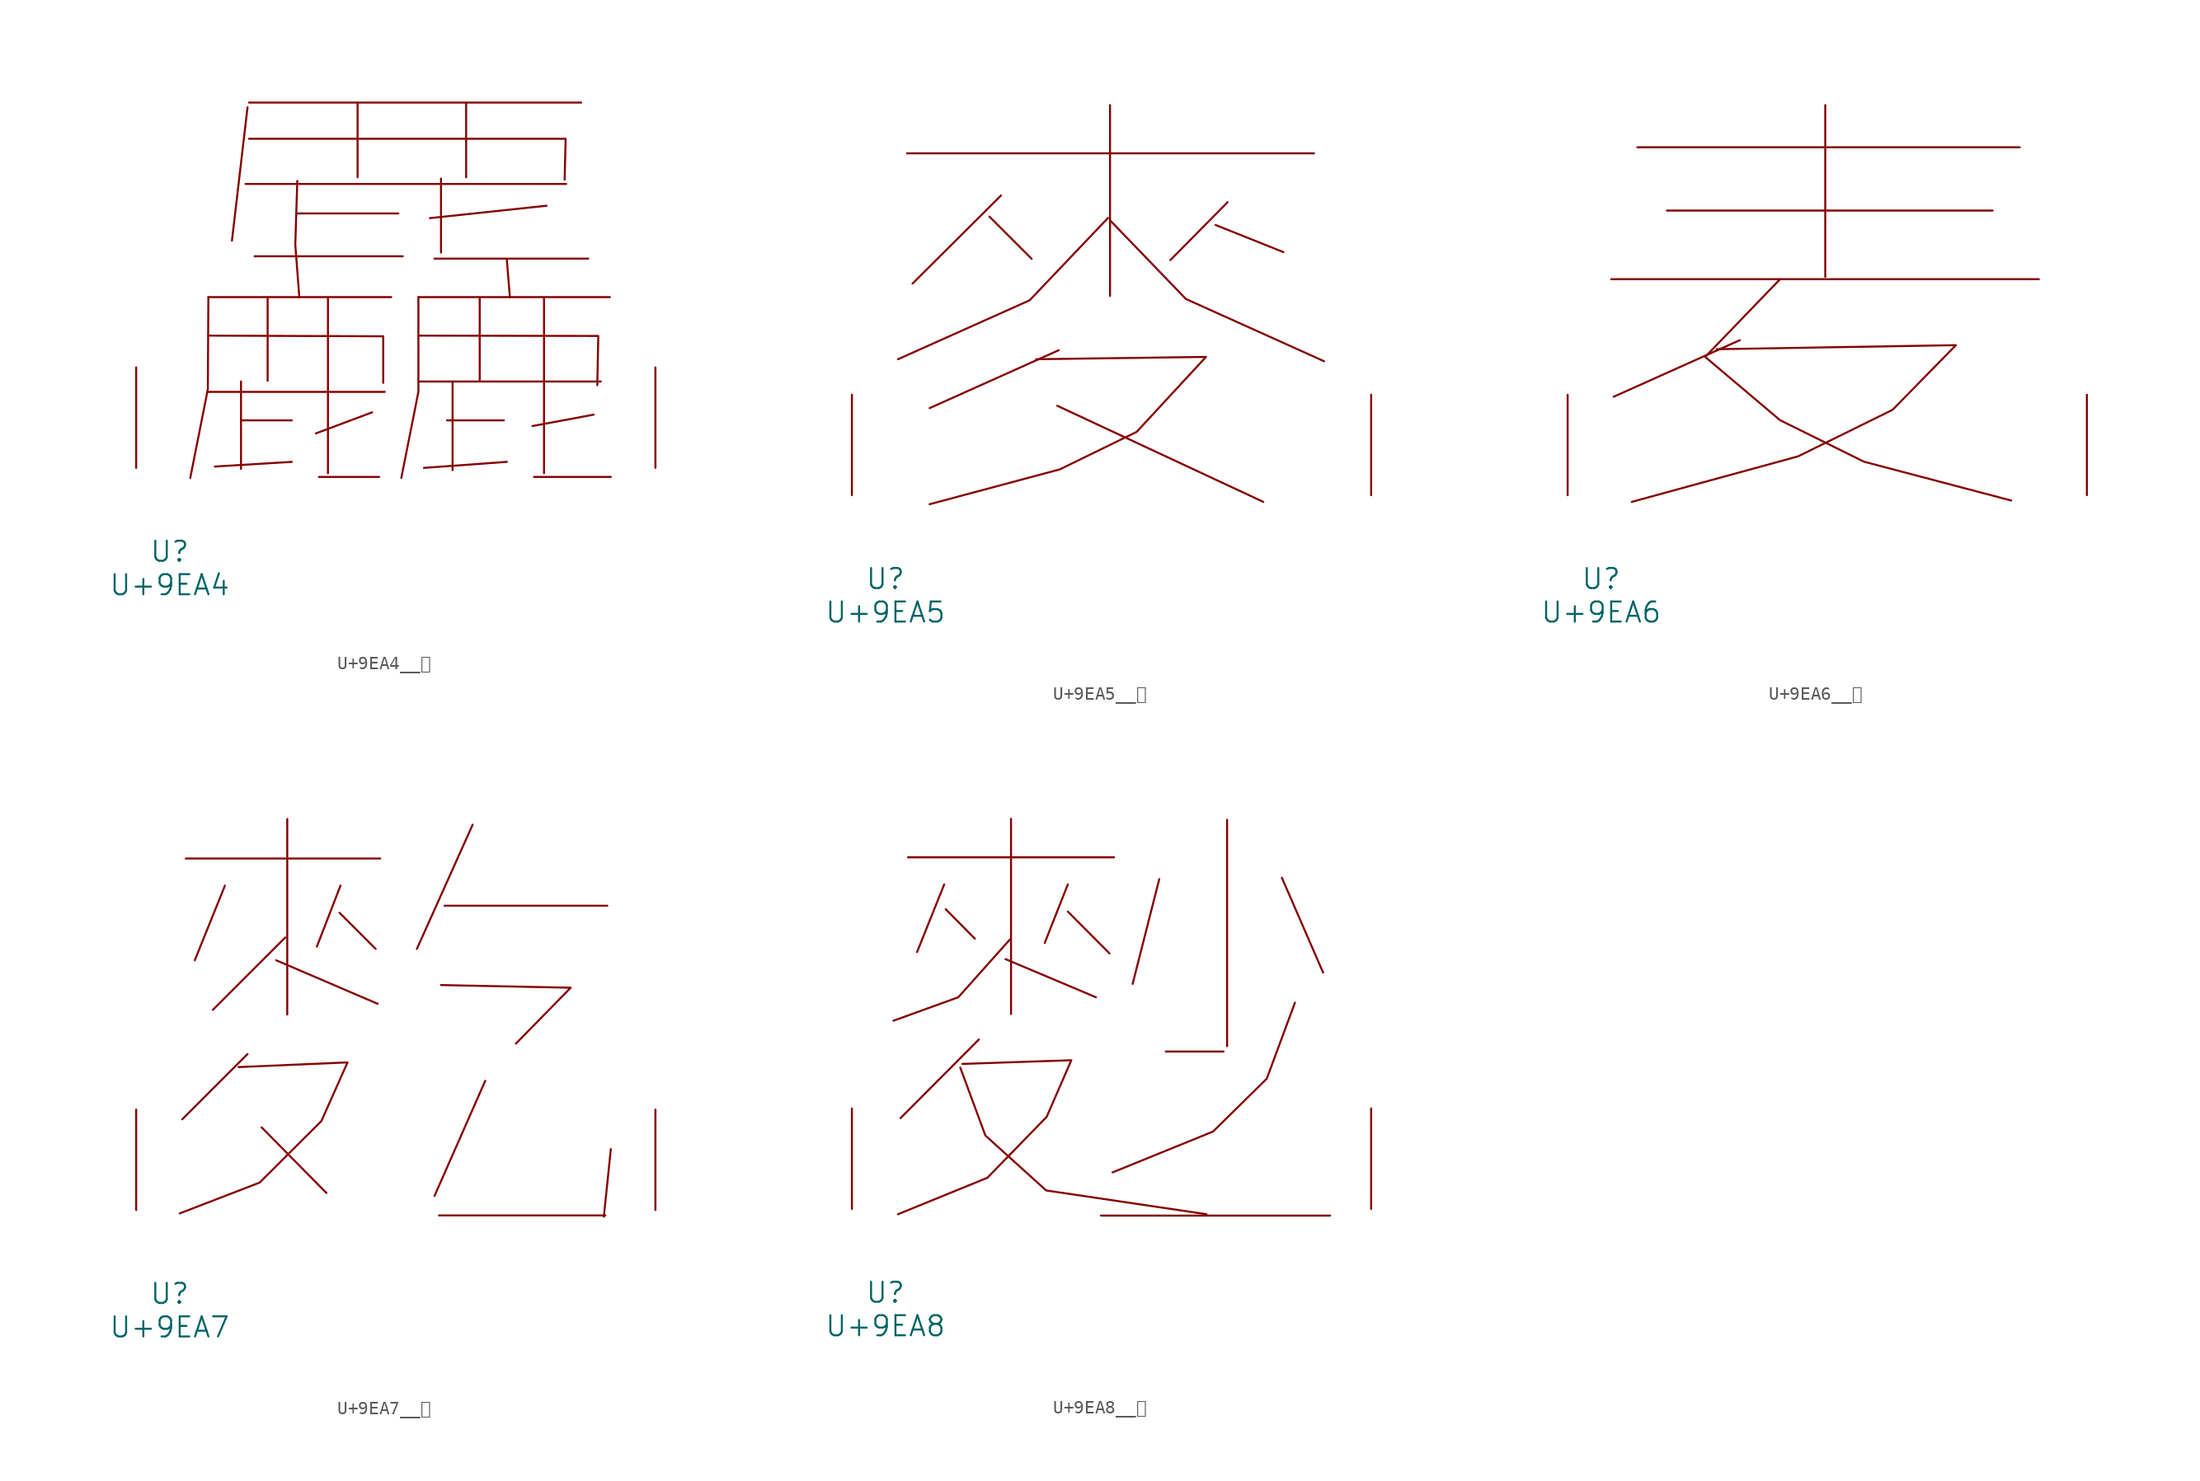
<source format=kicad_sym>
(kicad_symbol_lib
  (version 20231120)
  (generator "kicad_symbol_editor")
  (generator_version "8.0")
  (symbol "U+9EA4__麤"
    (pin_names
      (offset 1.016))
    (property "Reference" "U"
      (at 0 -6.35 0)
      (effects (font (size 1.524 1.524))))
    (property "Value" "U+9EA4"
      (at 0 -8.89 0)
      (effects (font (size 1.524 1.524))))
    (symbol "U+9EA4__麤_0_1"
      (polyline (pts (xy 2.857 5.766) (xy 16.307 5.766)) (stroke (width 0) (type solid)) (fill (type none)))
      (polyline (pts (xy 2.934 12.954) (xy 16.802 12.954)) (stroke (width 0) (type solid)) (fill (type none)))
      (polyline (pts (xy 5.41 3.607) (xy 9.258 3.607)) (stroke (width 0) (type solid)) (fill (type none)))
      (polyline (pts (xy 5.41 6.553) (xy 5.41 -0.076)) (stroke (width 0) (type solid)) (fill (type none)))
      (polyline (pts (xy 5.753 21.539) (xy 30.061 21.539)) (stroke (width 0) (type solid)) (fill (type none)))
      (polyline (pts (xy 5.905 27.356) (xy 4.724 17.247)) (stroke (width 0) (type solid)) (fill (type none)))
      (polyline (pts (xy 6.02 27.711) (xy 31.204 27.711)) (stroke (width 0) (type solid)) (fill (type none)))
      (polyline (pts (xy 6.439 16.053) (xy 17.678 16.053)) (stroke (width 0) (type solid)) (fill (type none)))
      (polyline (pts (xy 7.429 12.954) (xy 7.429 6.604)) (stroke (width 0) (type solid)) (fill (type none)))
      (polyline (pts (xy 9.258 0.457) (xy 3.429 0.102)) (stroke (width 0) (type solid)) (fill (type none)))
      (polyline (pts (xy 9.677 19.304) (xy 17.335 19.304)) (stroke (width 0) (type solid)) (fill (type none)))
      (polyline (pts (xy 11.316 -0.686) (xy 15.888 -0.686)) (stroke (width 0) (type solid)) (fill (type none)))
      (polyline (pts (xy 12.002 12.954) (xy 12.002 -0.406)) (stroke (width 0) (type solid)) (fill (type none)))
      (polyline (pts (xy 14.249 27.711) (xy 14.249 22.047)) (stroke (width 0) (type solid)) (fill (type none)))
      (polyline (pts (xy 15.354 4.216) (xy 11.087 2.616)) (stroke (width 0) (type solid)) (fill (type none)))
      (polyline (pts (xy 18.86 6.553) (xy 32.69 6.553)) (stroke (width 0) (type solid)) (fill (type none)))
      (polyline (pts (xy 18.86 12.954) (xy 33.376 12.954)) (stroke (width 0) (type solid)) (fill (type none)))
      (polyline (pts (xy 20.079 15.875) (xy 31.737 15.875)) (stroke (width 0) (type solid)) (fill (type none)))
      (polyline (pts (xy 20.574 21.946) (xy 20.574 16.332)) (stroke (width 0) (type solid)) (fill (type none)))
      (polyline (pts (xy 21.45 6.553) (xy 21.45 -0.178)) (stroke (width 0) (type solid)) (fill (type none)))
      (polyline (pts (xy 22.479 27.711) (xy 22.479 22.047)) (stroke (width 0) (type solid)) (fill (type none)))
      (polyline (pts (xy 23.508 12.954) (xy 23.508 6.604)) (stroke (width 0) (type solid)) (fill (type none)))
      (polyline (pts (xy 25.565 0.457) (xy 19.279 0)) (stroke (width 0) (type solid)) (fill (type none)))
      (polyline (pts (xy 25.565 15.799) (xy 25.794 12.954)) (stroke (width 0) (type solid)) (fill (type none)))
      (polyline (pts (xy 27.622 -0.686) (xy 33.452 -0.686)) (stroke (width 0) (type solid)) (fill (type none)))
      (polyline (pts (xy 28.384 12.954) (xy 28.384 -0.406)) (stroke (width 0) (type solid)) (fill (type none)))
      (polyline (pts (xy 28.575 19.888) (xy 19.736 18.948)) (stroke (width 0) (type solid)) (fill (type none)))
      (polyline (pts (xy 32.156 4.039) (xy 27.508 3.175)) (stroke (width 0) (type solid)) (fill (type none)))
      (polyline (pts (xy 2.934 10.033) (xy 16.192 9.982) (xy 16.192 6.452)) (stroke (width 0) (type solid)) (fill (type none)))
      (polyline (pts (xy 2.934 12.954) (xy 2.896 5.969) (xy 1.562 -0.762)) (stroke (width 0) (type solid)) (fill (type none)))
      (polyline (pts (xy 6.02 24.968) (xy 30.023 24.968) (xy 29.947 21.869)) (stroke (width 0) (type solid)) (fill (type none)))
      (polyline (pts (xy 9.677 21.768) (xy 9.525 16.942) (xy 9.83 12.954)) (stroke (width 0) (type solid)) (fill (type none)))
      (polyline (pts (xy 18.86 10.033) (xy 32.499 10.008) (xy 32.423 6.274)) (stroke (width 0) (type solid)) (fill (type none)))
      (polyline (pts (xy 18.86 12.954) (xy 18.86 5.766) (xy 17.564 -0.762)) (stroke (width 0) (type solid)) (fill (type none)))
      (polyline (pts (xy 21.45 3.607) (xy 25.337 3.607) (xy 21.031 3.607)) (stroke (width 0) (type solid)) (fill (type none)))
      (pin input line (at -2.54 0 90) (length 7.62) (name "~" (effects (font (size 1.27 1.27)))) (number "~" (effects (font (size 1.27 1.27)))))
      (pin input line (at 36.83 0 90) (length 7.62) (name "~" (effects (font (size 1.27 1.27)))) (number "~" (effects (font (size 1.27 1.27)))))))
  (symbol "U+9EA5__麥"
    (pin_names
      (offset 1.016))
    (property "Reference" "U"
      (at 0 -6.35 0)
      (effects (font (size 1.524 1.524))))
    (property "Value" "U+9EA5"
      (at 0 -8.89 0)
      (effects (font (size 1.524 1.524))))
    (symbol "U+9EA5__麥_0_1"
      (polyline (pts (xy 1.638 25.933) (xy 32.499 25.933)) (stroke (width 0) (type solid)) (fill (type none)))
      (polyline (pts (xy 7.887 21.133) (xy 11.087 17.932)) (stroke (width 0) (type solid)) (fill (type none)))
      (polyline (pts (xy 8.763 22.733) (xy 2.057 16.053)) (stroke (width 0) (type solid)) (fill (type none)))
      (polyline (pts (xy 13.03 6.782) (xy 28.651 -0.508)) (stroke (width 0) (type solid)) (fill (type none)))
      (polyline (pts (xy 13.145 10.998) (xy 3.353 6.604)) (stroke (width 0) (type solid)) (fill (type none)))
      (polyline (pts (xy 17.031 29.591) (xy 17.031 15.113)) (stroke (width 0) (type solid)) (fill (type none)))
      (polyline (pts (xy 25.032 20.498) (xy 30.175 18.44)) (stroke (width 0) (type solid)) (fill (type none)))
      (polyline (pts (xy 25.946 22.225) (xy 21.603 17.831)) (stroke (width 0) (type solid)) (fill (type none)))
      (polyline (pts (xy 16.878 21.031) (xy 10.935 14.783) (xy 0.953 10.312)) (stroke (width 0) (type solid)) (fill (type none)))
      (polyline (pts (xy 17.031 20.853) (xy 22.784 14.884) (xy 33.261 10.16)) (stroke (width 0) (type solid)) (fill (type none)))
      (polyline (pts (xy 11.43 10.312) (xy 24.308 10.49) (xy 19.05 4.801) (xy 13.221 1.956) (xy 3.353 -0.686)) (stroke (width 0) (type solid)) (fill (type none)))
      (pin input line (at -2.54 0 90) (length 7.62) (name "~" (effects (font (size 1.27 1.27)))) (number "~" (effects (font (size 1.27 1.27)))))
      (pin input line (at 36.83 0 90) (length 7.62) (name "~" (effects (font (size 1.27 1.27)))) (number "~" (effects (font (size 1.27 1.27)))))))
  (symbol "U+9EA6__麦"
    (pin_names
      (offset 1.016))
    (property "Reference" "U"
      (at 0 -6.35 0)
      (effects (font (size 1.524 1.524))))
    (property "Value" "U+9EA6"
      (at 0 -8.89 0)
      (effects (font (size 1.524 1.524))))
    (symbol "U+9EA6__麦_0_1"
      (polyline (pts (xy 0.762 16.383) (xy 33.185 16.383)) (stroke (width 0) (type solid)) (fill (type none)))
      (polyline (pts (xy 2.743 26.391) (xy 31.737 26.391)) (stroke (width 0) (type solid)) (fill (type none)))
      (polyline (pts (xy 4.991 21.59) (xy 29.68 21.59)) (stroke (width 0) (type solid)) (fill (type none)))
      (polyline (pts (xy 10.516 11.76) (xy 0.953 7.468)) (stroke (width 0) (type solid)) (fill (type none)))
      (polyline (pts (xy 16.993 29.591) (xy 16.993 16.561)) (stroke (width 0) (type solid)) (fill (type none)))
      (polyline (pts (xy 8.763 11.074) (xy 26.899 11.379) (xy 22.098 6.477) (xy 14.935 2.946) (xy 2.324 -0.508)) (stroke (width 0) (type solid)) (fill (type none)))
      (polyline (pts (xy 13.564 16.383) (xy 7.887 10.49) (xy 13.564 5.69) (xy 19.926 2.54) (xy 31.09 -0.406)) (stroke (width 0) (type solid)) (fill (type none)))
      (pin input line (at -2.54 0 90) (length 7.62) (name "~" (effects (font (size 1.27 1.27)))) (number "~" (effects (font (size 1.27 1.27)))))
      (pin input line (at 36.83 0 90) (length 7.62) (name "~" (effects (font (size 1.27 1.27)))) (number "~" (effects (font (size 1.27 1.27)))))))
  (symbol "U+9EA7__麧"
    (pin_names
      (offset 1.016))
    (property "Reference" "U"
      (at 0 -6.35 0)
      (effects (font (size 1.524 1.524))))
    (property "Value" "U+9EA7"
      (at 0 -8.89 0)
      (effects (font (size 1.524 1.524))))
    (symbol "U+9EA7__麧_0_1"
      (polyline (pts (xy 1.219 26.67) (xy 15.964 26.67)) (stroke (width 0) (type solid)) (fill (type none)))
      (polyline (pts (xy 4.191 24.613) (xy 1.905 18.948)) (stroke (width 0) (type solid)) (fill (type none)))
      (polyline (pts (xy 5.905 11.836) (xy 0.953 6.883)) (stroke (width 0) (type solid)) (fill (type none)))
      (polyline (pts (xy 6.972 6.274) (xy 11.887 1.295)) (stroke (width 0) (type solid)) (fill (type none)))
      (polyline (pts (xy 8.077 18.948) (xy 15.773 15.646)) (stroke (width 0) (type solid)) (fill (type none)))
      (polyline (pts (xy 8.763 20.676) (xy 3.277 15.189)) (stroke (width 0) (type solid)) (fill (type none)))
      (polyline (pts (xy 8.915 29.667) (xy 8.915 14.834)) (stroke (width 0) (type solid)) (fill (type none)))
      (polyline (pts (xy 12.878 22.555) (xy 15.621 19.812)) (stroke (width 0) (type solid)) (fill (type none)))
      (polyline (pts (xy 12.954 24.613) (xy 11.163 19.99)) (stroke (width 0) (type solid)) (fill (type none)))
      (polyline (pts (xy 20.422 -0.406) (xy 33.033 -0.406)) (stroke (width 0) (type solid)) (fill (type none)))
      (polyline (pts (xy 20.841 23.089) (xy 33.185 23.089)) (stroke (width 0) (type solid)) (fill (type none)))
      (polyline (pts (xy 22.974 29.235) (xy 18.745 19.812)) (stroke (width 0) (type solid)) (fill (type none)))
      (polyline (pts (xy 23.927 9.804) (xy 20.079 1.067)) (stroke (width 0) (type solid)) (fill (type none)))
      (polyline (pts (xy 33.452 4.623) (xy 32.918 -0.508)) (stroke (width 0) (type solid)) (fill (type none)))
      (polyline (pts (xy 20.574 17.069) (xy 30.404 16.866) (xy 26.251 12.624)) (stroke (width 0) (type solid)) (fill (type none)))
      (polyline (pts (xy 5.22 10.846) (xy 13.487 11.201) (xy 11.506 6.756) (xy 6.82 2.083) (xy 0.762 -0.254)) (stroke (width 0) (type solid)) (fill (type none)))
      (pin input line (at -2.54 0 90) (length 7.62) (name "~" (effects (font (size 1.27 1.27)))) (number "~" (effects (font (size 1.27 1.27)))))
      (pin input line (at 36.83 0 90) (length 7.62) (name "~" (effects (font (size 1.27 1.27)))) (number "~" (effects (font (size 1.27 1.27)))))))
  (symbol "U+9EA8__麨"
    (pin_names
      (offset 1.016))
    (property "Reference" "U"
      (at 0 -6.35 0)
      (effects (font (size 1.524 1.524))))
    (property "Value" "U+9EA8"
      (at 0 -8.89 0)
      (effects (font (size 1.524 1.524))))
    (symbol "U+9EA8__麨_0_1"
      (polyline (pts (xy 1.714 26.67) (xy 17.335 26.67)) (stroke (width 0) (type solid)) (fill (type none)))
      (polyline (pts (xy 4.458 24.613) (xy 2.4 19.482)) (stroke (width 0) (type solid)) (fill (type none)))
      (polyline (pts (xy 4.572 22.733) (xy 6.782 20.498)) (stroke (width 0) (type solid)) (fill (type none)))
      (polyline (pts (xy 7.087 12.852) (xy 1.143 6.883)) (stroke (width 0) (type solid)) (fill (type none)))
      (polyline (pts (xy 9.106 18.948) (xy 15.964 16.053)) (stroke (width 0) (type solid)) (fill (type none)))
      (polyline (pts (xy 9.525 29.591) (xy 9.525 14.783)) (stroke (width 0) (type solid)) (fill (type none)))
      (polyline (pts (xy 13.83 22.555) (xy 16.993 19.38)) (stroke (width 0) (type solid)) (fill (type none)))
      (polyline (pts (xy 13.83 24.613) (xy 12.078 20.168)) (stroke (width 0) (type solid)) (fill (type none)))
      (polyline (pts (xy 16.345 -0.508) (xy 33.718 -0.508)) (stroke (width 0) (type solid)) (fill (type none)))
      (polyline (pts (xy 20.765 25.019) (xy 18.745 17.069)) (stroke (width 0) (type solid)) (fill (type none)))
      (polyline (pts (xy 21.26 11.938) (xy 25.641 11.938)) (stroke (width 0) (type solid)) (fill (type none)))
      (polyline (pts (xy 25.908 29.515) (xy 25.908 12.344)) (stroke (width 0) (type solid)) (fill (type none)))
      (polyline (pts (xy 30.061 25.121) (xy 33.185 17.932)) (stroke (width 0) (type solid)) (fill (type none)))
      (polyline (pts (xy 9.449 20.447) (xy 5.524 16.053) (xy 0.61 14.275)) (stroke (width 0) (type solid)) (fill (type none)))
      (polyline (pts (xy 5.677 10.719) (xy 7.582 5.563) (xy 12.192 1.397) (xy 24.346 -0.406)) (stroke (width 0) (type solid)) (fill (type none)))
      (polyline (pts (xy 31.052 15.646) (xy 28.918 9.881) (xy 24.841 5.867) (xy 17.221 2.769)) (stroke (width 0) (type solid)) (fill (type none)))
      (polyline (pts (xy 5.829 10.998) (xy 14.097 11.278) (xy 12.23 6.985) (xy 7.734 2.362) (xy 0.953 -0.406)) (stroke (width 0) (type solid)) (fill (type none)))
      (pin input line (at -2.54 0 90) (length 7.62) (name "~" (effects (font (size 1.27 1.27)))) (number "~" (effects (font (size 1.27 1.27)))))
      (pin input line (at 36.83 0 90) (length 7.62) (name "~" (effects (font (size 1.27 1.27)))) (number "~" (effects (font (size 1.27 1.27))))))))
</source>
